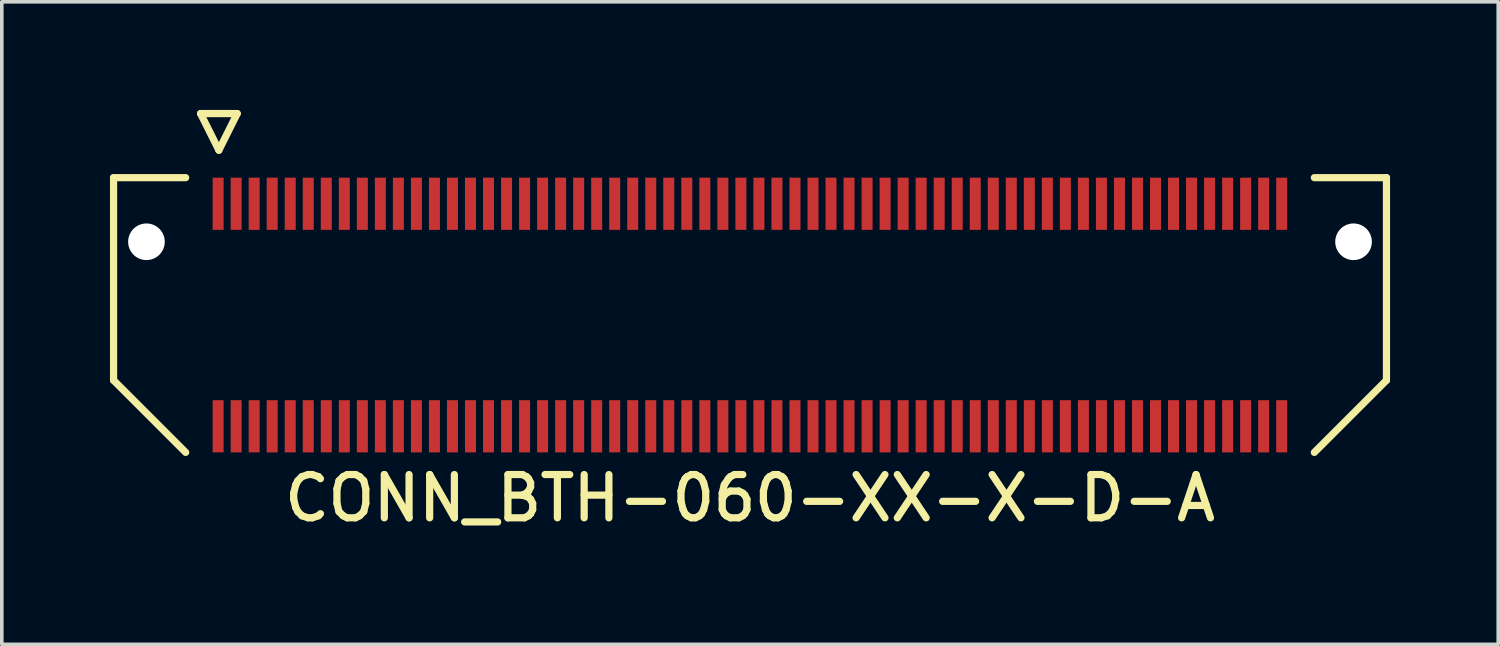
<source format=kicad_pcb>
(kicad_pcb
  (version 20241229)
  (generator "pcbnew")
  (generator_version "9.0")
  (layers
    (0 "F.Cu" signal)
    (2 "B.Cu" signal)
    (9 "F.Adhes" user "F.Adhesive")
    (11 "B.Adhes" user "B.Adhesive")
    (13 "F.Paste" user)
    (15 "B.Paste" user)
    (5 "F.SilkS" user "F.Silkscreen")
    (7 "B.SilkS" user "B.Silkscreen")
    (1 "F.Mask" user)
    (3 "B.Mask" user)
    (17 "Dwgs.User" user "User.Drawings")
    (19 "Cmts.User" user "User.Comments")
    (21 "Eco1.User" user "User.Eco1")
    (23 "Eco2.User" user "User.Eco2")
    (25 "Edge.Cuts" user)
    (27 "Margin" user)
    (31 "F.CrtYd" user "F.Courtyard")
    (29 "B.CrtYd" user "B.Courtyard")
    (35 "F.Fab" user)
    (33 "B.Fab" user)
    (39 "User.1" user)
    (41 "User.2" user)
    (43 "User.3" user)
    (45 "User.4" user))
  (footprint "CONN_BTH-060-XX-X-D-A"
    (layer "F.Cu")
    (at 17.753 5.688)
    (property "Reference" "CONN_BTH-060-XX-X-D-A" (at 0 5.08 0) (layer "F.SilkS") (effects (font (size 1.2 1.2) (thickness 0.2))))
    (attr smd)
    (fp_line (start -17.653 -3.81) (end -17.653 1.81) (stroke (width 0.2) (type solid)) (layer "F.SilkS"))
    (fp_line (start -17.653 1.81) (end -15.653 3.81) (stroke (width 0.2) (type solid)) (layer "F.SilkS"))
    (fp_line (start -15.653 -3.81) (end -17.653 -3.81) (stroke (width 0.2) (type solid)) (layer "F.SilkS"))
    (fp_line (start -15.24 -5.588) (end -14.224 -5.588) (stroke (width 0.2) (type solid)) (layer "F.SilkS"))
    (fp_line (start -14.732 -4.572) (end -15.24 -5.588) (stroke (width 0.2) (type solid)) (layer "F.SilkS"))
    (fp_line (start -14.224 -5.588) (end -14.732 -4.572) (stroke (width 0.2) (type solid)) (layer "F.SilkS"))
    (fp_line (start 15.653 -3.81) (end 17.653 -3.81) (stroke (width 0.2) (type solid)) (layer "F.SilkS"))
    (fp_line (start 17.653 -3.81) (end 17.653 1.81) (stroke (width 0.2) (type solid)) (layer "F.SilkS"))
    (fp_line (start 17.653 1.81) (end 15.653 3.81) (stroke (width 0.2) (type solid)) (layer "F.SilkS"))
    (pad "" np_thru_hole circle (at -16.741 -2.032) (size 1.016 1.016) (drill 1.016) (layers "*.Cu" "*.Mask"))
    (pad "" np_thru_hole circle (at 16.74 -2.032) (size 1.016 1.016) (drill 1.016) (layers "*.Cu" "*.Mask"))
    (pad "1" smd rect (at -14.753 -3.086) (size 0.305 1.448) (layers "F.Cu" "F.Mask" "F.Paste"))
    (pad "2" smd rect (at -14.753 3.086) (size 0.305 1.448) (layers "F.Cu" "F.Mask" "F.Paste"))
    (pad "3" smd rect (at -14.253 -3.086) (size 0.305 1.448) (layers "F.Cu" "F.Mask" "F.Paste"))
    (pad "4" smd rect (at -14.253 3.086) (size 0.305 1.448) (layers "F.Cu" "F.Mask" "F.Paste"))
    (pad "5" smd rect (at -13.753 -3.086) (size 0.305 1.448) (layers "F.Cu" "F.Mask" "F.Paste"))
    (pad "6" smd rect (at -13.753 3.086) (size 0.305 1.448) (layers "F.Cu" "F.Mask" "F.Paste"))
    (pad "7" smd rect (at -13.253 -3.086) (size 0.305 1.448) (layers "F.Cu" "F.Mask" "F.Paste"))
    (pad "8" smd rect (at -13.253 3.086) (size 0.305 1.448) (layers "F.Cu" "F.Mask" "F.Paste"))
    (pad "9" smd rect (at -12.753 -3.086) (size 0.305 1.448) (layers "F.Cu" "F.Mask" "F.Paste"))
    (pad "10" smd rect (at -12.753 3.086) (size 0.305 1.448) (layers "F.Cu" "F.Mask" "F.Paste"))
    (pad "11" smd rect (at -12.253 -3.086) (size 0.305 1.448) (layers "F.Cu" "F.Mask" "F.Paste"))
    (pad "12" smd rect (at -12.253 3.086) (size 0.305 1.448) (layers "F.Cu" "F.Mask" "F.Paste"))
    (pad "13" smd rect (at -11.753 -3.086) (size 0.305 1.448) (layers "F.Cu" "F.Mask" "F.Paste"))
    (pad "14" smd rect (at -11.753 3.086) (size 0.305 1.448) (layers "F.Cu" "F.Mask" "F.Paste"))
    (pad "15" smd rect (at -11.253 -3.086) (size 0.305 1.448) (layers "F.Cu" "F.Mask" "F.Paste"))
    (pad "16" smd rect (at -11.253 3.086) (size 0.305 1.448) (layers "F.Cu" "F.Mask" "F.Paste"))
    (pad "17" smd rect (at -10.753 -3.086) (size 0.305 1.448) (layers "F.Cu" "F.Mask" "F.Paste"))
    (pad "18" smd rect (at -10.753 3.086) (size 0.305 1.448) (layers "F.Cu" "F.Mask" "F.Paste"))
    (pad "19" smd rect (at -10.253 -3.086) (size 0.305 1.448) (layers "F.Cu" "F.Mask" "F.Paste"))
    (pad "20" smd rect (at -10.253 3.086) (size 0.305 1.448) (layers "F.Cu" "F.Mask" "F.Paste"))
    (pad "21" smd rect (at -9.753 -3.086) (size 0.305 1.448) (layers "F.Cu" "F.Mask" "F.Paste"))
    (pad "22" smd rect (at -9.753 3.086) (size 0.305 1.448) (layers "F.Cu" "F.Mask" "F.Paste"))
    (pad "23" smd rect (at -9.253 -3.086) (size 0.305 1.448) (layers "F.Cu" "F.Mask" "F.Paste"))
    (pad "24" smd rect (at -9.253 3.086) (size 0.305 1.448) (layers "F.Cu" "F.Mask" "F.Paste"))
    (pad "25" smd rect (at -8.753 -3.086) (size 0.305 1.448) (layers "F.Cu" "F.Mask" "F.Paste"))
    (pad "26" smd rect (at -8.753 3.086) (size 0.305 1.448) (layers "F.Cu" "F.Mask" "F.Paste"))
    (pad "27" smd rect (at -8.253 -3.086) (size 0.305 1.448) (layers "F.Cu" "F.Mask" "F.Paste"))
    (pad "28" smd rect (at -8.253 3.086) (size 0.305 1.448) (layers "F.Cu" "F.Mask" "F.Paste"))
    (pad "29" smd rect (at -7.753 -3.086) (size 0.305 1.448) (layers "F.Cu" "F.Mask" "F.Paste"))
    (pad "30" smd rect (at -7.753 3.086) (size 0.305 1.448) (layers "F.Cu" "F.Mask" "F.Paste"))
    (pad "31" smd rect (at -7.253 -3.086) (size 0.305 1.448) (layers "F.Cu" "F.Mask" "F.Paste"))
    (pad "32" smd rect (at -7.253 3.086) (size 0.305 1.448) (layers "F.Cu" "F.Mask" "F.Paste"))
    (pad "33" smd rect (at -6.753 -3.086) (size 0.305 1.448) (layers "F.Cu" "F.Mask" "F.Paste"))
    (pad "34" smd rect (at -6.753 3.086) (size 0.305 1.448) (layers "F.Cu" "F.Mask" "F.Paste"))
    (pad "35" smd rect (at -6.253 -3.086) (size 0.305 1.448) (layers "F.Cu" "F.Mask" "F.Paste"))
    (pad "36" smd rect (at -6.253 3.086) (size 0.305 1.448) (layers "F.Cu" "F.Mask" "F.Paste"))
    (pad "37" smd rect (at -5.753 -3.086) (size 0.305 1.448) (layers "F.Cu" "F.Mask" "F.Paste"))
    (pad "38" smd rect (at -5.753 3.086) (size 0.305 1.448) (layers "F.Cu" "F.Mask" "F.Paste"))
    (pad "39" smd rect (at -5.253 -3.086) (size 0.305 1.448) (layers "F.Cu" "F.Mask" "F.Paste"))
    (pad "40" smd rect (at -5.253 3.086) (size 0.305 1.448) (layers "F.Cu" "F.Mask" "F.Paste"))
    (pad "41" smd rect (at -4.753 -3.086) (size 0.305 1.448) (layers "F.Cu" "F.Mask" "F.Paste"))
    (pad "42" smd rect (at -4.753 3.086) (size 0.305 1.448) (layers "F.Cu" "F.Mask" "F.Paste"))
    (pad "43" smd rect (at -4.253 -3.086) (size 0.305 1.448) (layers "F.Cu" "F.Mask" "F.Paste"))
    (pad "44" smd rect (at -4.253 3.086) (size 0.305 1.448) (layers "F.Cu" "F.Mask" "F.Paste"))
    (pad "45" smd rect (at -3.753 -3.086) (size 0.305 1.448) (layers "F.Cu" "F.Mask" "F.Paste"))
    (pad "46" smd rect (at -3.753 3.086) (size 0.305 1.448) (layers "F.Cu" "F.Mask" "F.Paste"))
    (pad "47" smd rect (at -3.253 -3.086) (size 0.305 1.448) (layers "F.Cu" "F.Mask" "F.Paste"))
    (pad "48" smd rect (at -3.253 3.086) (size 0.305 1.448) (layers "F.Cu" "F.Mask" "F.Paste"))
    (pad "49" smd rect (at -2.753 -3.086) (size 0.305 1.448) (layers "F.Cu" "F.Mask" "F.Paste"))
    (pad "50" smd rect (at -2.753 3.086) (size 0.305 1.448) (layers "F.Cu" "F.Mask" "F.Paste"))
    (pad "51" smd rect (at -2.253 -3.086) (size 0.305 1.448) (layers "F.Cu" "F.Mask" "F.Paste"))
    (pad "52" smd rect (at -2.253 3.086) (size 0.305 1.448) (layers "F.Cu" "F.Mask" "F.Paste"))
    (pad "53" smd rect (at -1.753 -3.086) (size 0.305 1.448) (layers "F.Cu" "F.Mask" "F.Paste"))
    (pad "54" smd rect (at -1.753 3.086) (size 0.305 1.448) (layers "F.Cu" "F.Mask" "F.Paste"))
    (pad "55" smd rect (at -1.253 -3.086) (size 0.305 1.448) (layers "F.Cu" "F.Mask" "F.Paste"))
    (pad "56" smd rect (at -1.253 3.086) (size 0.305 1.448) (layers "F.Cu" "F.Mask" "F.Paste"))
    (pad "57" smd rect (at -0.753 -3.086) (size 0.305 1.448) (layers "F.Cu" "F.Mask" "F.Paste"))
    (pad "58" smd rect (at -0.753 3.086) (size 0.305 1.448) (layers "F.Cu" "F.Mask" "F.Paste"))
    (pad "59" smd rect (at -0.253 -3.086) (size 0.305 1.448) (layers "F.Cu" "F.Mask" "F.Paste"))
    (pad "60" smd rect (at -0.253 3.086) (size 0.305 1.448) (layers "F.Cu" "F.Mask" "F.Paste"))
    (pad "61" smd rect (at 0.247 -3.086) (size 0.305 1.448) (layers "F.Cu" "F.Mask" "F.Paste"))
    (pad "62" smd rect (at 0.247 3.086) (size 0.305 1.448) (layers "F.Cu" "F.Mask" "F.Paste"))
    (pad "63" smd rect (at 0.747 -3.086) (size 0.305 1.448) (layers "F.Cu" "F.Mask" "F.Paste"))
    (pad "64" smd rect (at 0.747 3.086) (size 0.305 1.448) (layers "F.Cu" "F.Mask" "F.Paste"))
    (pad "65" smd rect (at 1.247 -3.086) (size 0.305 1.448) (layers "F.Cu" "F.Mask" "F.Paste"))
    (pad "66" smd rect (at 1.247 3.086) (size 0.305 1.448) (layers "F.Cu" "F.Mask" "F.Paste"))
    (pad "67" smd rect (at 1.747 -3.086) (size 0.305 1.448) (layers "F.Cu" "F.Mask" "F.Paste"))
    (pad "68" smd rect (at 1.747 3.086) (size 0.305 1.448) (layers "F.Cu" "F.Mask" "F.Paste"))
    (pad "69" smd rect (at 2.247 -3.086) (size 0.305 1.448) (layers "F.Cu" "F.Mask" "F.Paste"))
    (pad "70" smd rect (at 2.247 3.086) (size 0.305 1.448) (layers "F.Cu" "F.Mask" "F.Paste"))
    (pad "71" smd rect (at 2.747 -3.086) (size 0.305 1.448) (layers "F.Cu" "F.Mask" "F.Paste"))
    (pad "72" smd rect (at 2.747 3.086) (size 0.305 1.448) (layers "F.Cu" "F.Mask" "F.Paste"))
    (pad "73" smd rect (at 3.247 -3.086) (size 0.305 1.448) (layers "F.Cu" "F.Mask" "F.Paste"))
    (pad "74" smd rect (at 3.247 3.086) (size 0.305 1.448) (layers "F.Cu" "F.Mask" "F.Paste"))
    (pad "75" smd rect (at 3.747 -3.086) (size 0.305 1.448) (layers "F.Cu" "F.Mask" "F.Paste"))
    (pad "76" smd rect (at 3.747 3.086) (size 0.305 1.448) (layers "F.Cu" "F.Mask" "F.Paste"))
    (pad "77" smd rect (at 4.247 -3.086) (size 0.305 1.448) (layers "F.Cu" "F.Mask" "F.Paste"))
    (pad "78" smd rect (at 4.247 3.086) (size 0.305 1.448) (layers "F.Cu" "F.Mask" "F.Paste"))
    (pad "79" smd rect (at 4.747 -3.086) (size 0.305 1.448) (layers "F.Cu" "F.Mask" "F.Paste"))
    (pad "80" smd rect (at 4.747 3.086) (size 0.305 1.448) (layers "F.Cu" "F.Mask" "F.Paste"))
    (pad "81" smd rect (at 5.247 -3.086) (size 0.305 1.448) (layers "F.Cu" "F.Mask" "F.Paste"))
    (pad "82" smd rect (at 5.247 3.086) (size 0.305 1.448) (layers "F.Cu" "F.Mask" "F.Paste"))
    (pad "83" smd rect (at 5.747 -3.086) (size 0.305 1.448) (layers "F.Cu" "F.Mask" "F.Paste"))
    (pad "84" smd rect (at 5.747 3.086) (size 0.305 1.448) (layers "F.Cu" "F.Mask" "F.Paste"))
    (pad "85" smd rect (at 6.247 -3.086) (size 0.305 1.448) (layers "F.Cu" "F.Mask" "F.Paste"))
    (pad "86" smd rect (at 6.247 3.086) (size 0.305 1.448) (layers "F.Cu" "F.Mask" "F.Paste"))
    (pad "87" smd rect (at 6.747 -3.086) (size 0.305 1.448) (layers "F.Cu" "F.Mask" "F.Paste"))
    (pad "88" smd rect (at 6.747 3.086) (size 0.305 1.448) (layers "F.Cu" "F.Mask" "F.Paste"))
    (pad "89" smd rect (at 7.247 -3.086) (size 0.305 1.448) (layers "F.Cu" "F.Mask" "F.Paste"))
    (pad "90" smd rect (at 7.247 3.086) (size 0.305 1.448) (layers "F.Cu" "F.Mask" "F.Paste"))
    (pad "91" smd rect (at 7.747 -3.086) (size 0.305 1.448) (layers "F.Cu" "F.Mask" "F.Paste"))
    (pad "92" smd rect (at 7.747 3.086) (size 0.305 1.448) (layers "F.Cu" "F.Mask" "F.Paste"))
    (pad "93" smd rect (at 8.247 -3.086) (size 0.305 1.448) (layers "F.Cu" "F.Mask" "F.Paste"))
    (pad "94" smd rect (at 8.247 3.086) (size 0.305 1.448) (layers "F.Cu" "F.Mask" "F.Paste"))
    (pad "95" smd rect (at 8.747 -3.086) (size 0.305 1.448) (layers "F.Cu" "F.Mask" "F.Paste"))
    (pad "96" smd rect (at 8.747 3.086) (size 0.305 1.448) (layers "F.Cu" "F.Mask" "F.Paste"))
    (pad "97" smd rect (at 9.247 -3.086) (size 0.305 1.448) (layers "F.Cu" "F.Mask" "F.Paste"))
    (pad "98" smd rect (at 9.247 3.086) (size 0.305 1.448) (layers "F.Cu" "F.Mask" "F.Paste"))
    (pad "99" smd rect (at 9.747 -3.086) (size 0.305 1.448) (layers "F.Cu" "F.Mask" "F.Paste"))
    (pad "100" smd rect (at 9.747 3.086) (size 0.305 1.448) (layers "F.Cu" "F.Mask" "F.Paste"))
    (pad "101" smd rect (at 10.247 -3.086) (size 0.305 1.448) (layers "F.Cu" "F.Mask" "F.Paste"))
    (pad "102" smd rect (at 10.247 3.086) (size 0.305 1.448) (layers "F.Cu" "F.Mask" "F.Paste"))
    (pad "103" smd rect (at 10.747 -3.086) (size 0.305 1.448) (layers "F.Cu" "F.Mask" "F.Paste"))
    (pad "104" smd rect (at 10.747 3.086) (size 0.305 1.448) (layers "F.Cu" "F.Mask" "F.Paste"))
    (pad "105" smd rect (at 11.247 -3.086) (size 0.305 1.448) (layers "F.Cu" "F.Mask" "F.Paste"))
    (pad "106" smd rect (at 11.247 3.086) (size 0.305 1.448) (layers "F.Cu" "F.Mask" "F.Paste"))
    (pad "107" smd rect (at 11.747 -3.086) (size 0.305 1.448) (layers "F.Cu" "F.Mask" "F.Paste"))
    (pad "108" smd rect (at 11.747 3.086) (size 0.305 1.448) (layers "F.Cu" "F.Mask" "F.Paste"))
    (pad "109" smd rect (at 12.247 -3.086) (size 0.305 1.448) (layers "F.Cu" "F.Mask" "F.Paste"))
    (pad "110" smd rect (at 12.247 3.086) (size 0.305 1.448) (layers "F.Cu" "F.Mask" "F.Paste"))
    (pad "111" smd rect (at 12.747 -3.086) (size 0.305 1.448) (layers "F.Cu" "F.Mask" "F.Paste"))
    (pad "112" smd rect (at 12.747 3.086) (size 0.305 1.448) (layers "F.Cu" "F.Mask" "F.Paste"))
    (pad "113" smd rect (at 13.247 -3.086) (size 0.305 1.448) (layers "F.Cu" "F.Mask" "F.Paste"))
    (pad "114" smd rect (at 13.247 3.086) (size 0.305 1.448) (layers "F.Cu" "F.Mask" "F.Paste"))
    (pad "115" smd rect (at 13.747 -3.086) (size 0.305 1.448) (layers "F.Cu" "F.Mask" "F.Paste"))
    (pad "116" smd rect (at 13.747 3.086) (size 0.305 1.448) (layers "F.Cu" "F.Mask" "F.Paste"))
    (pad "117" smd rect (at 14.247 -3.086) (size 0.305 1.448) (layers "F.Cu" "F.Mask" "F.Paste"))
    (pad "118" smd rect (at 14.247 3.086) (size 0.305 1.448) (layers "F.Cu" "F.Mask" "F.Paste"))
    (pad "119" smd rect (at 14.747 -3.086) (size 0.305 1.448) (layers "F.Cu" "F.Mask" "F.Paste"))
    (pad "120" smd rect (at 14.747 3.086) (size 0.305 1.448) (layers "F.Cu" "F.Mask" "F.Paste")))
  (gr_rect
    (start -3 -3)
    (end 38.506 14.821)
    (stroke (width 0.1) (type default))
    (fill no)
    (layer "Edge.Cuts")))
</source>
